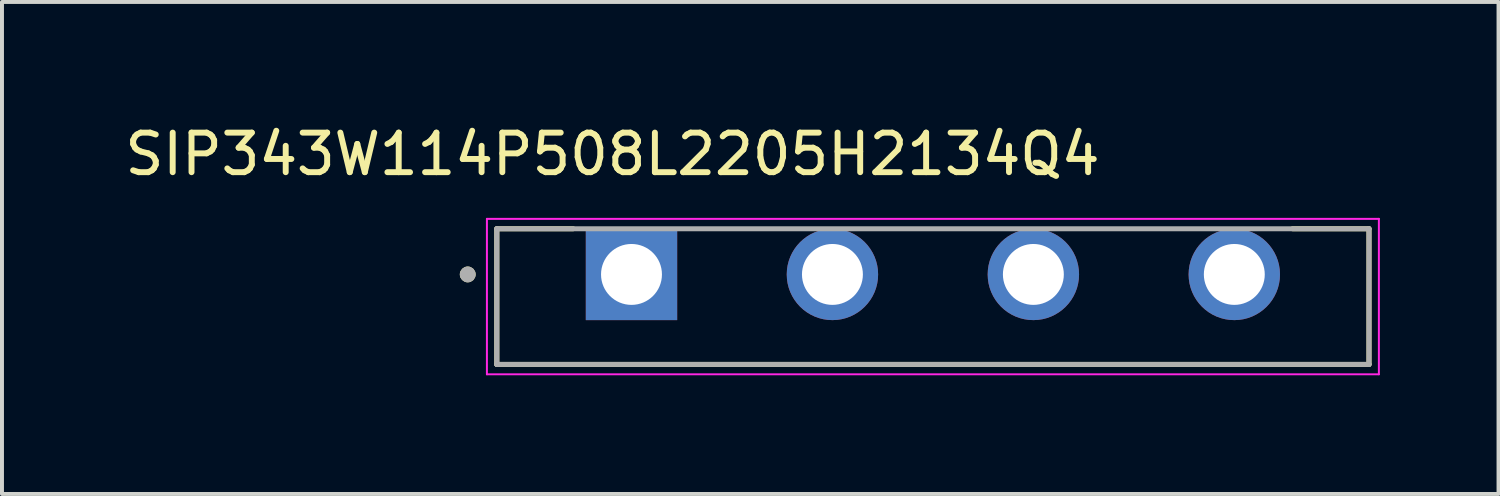
<source format=kicad_pcb>
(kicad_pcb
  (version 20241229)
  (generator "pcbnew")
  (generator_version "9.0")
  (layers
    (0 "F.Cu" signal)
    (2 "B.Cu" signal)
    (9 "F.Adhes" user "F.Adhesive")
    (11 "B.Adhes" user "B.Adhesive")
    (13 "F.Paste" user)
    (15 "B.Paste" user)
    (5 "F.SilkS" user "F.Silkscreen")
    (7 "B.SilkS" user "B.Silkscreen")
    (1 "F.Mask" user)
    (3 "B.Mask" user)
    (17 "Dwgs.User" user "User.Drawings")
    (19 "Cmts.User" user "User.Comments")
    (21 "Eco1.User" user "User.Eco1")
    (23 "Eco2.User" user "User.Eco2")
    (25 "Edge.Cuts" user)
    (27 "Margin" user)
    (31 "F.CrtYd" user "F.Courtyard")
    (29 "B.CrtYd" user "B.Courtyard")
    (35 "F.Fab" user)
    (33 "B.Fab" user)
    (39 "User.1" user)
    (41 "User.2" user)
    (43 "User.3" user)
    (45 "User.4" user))
  (footprint "SIP343W114P508L2205H2134Q4"
    (layer "F.Cu")
    (at 20.535 4.448)
    (property "Reference" "SIP343W114P508L2205H2134Q4" (at -8.1 -3.6 0) (layer "F.SilkS") (effects (font (size 1 1) (thickness 0.15))))
    (attr through_hole)
    (fp_line (start -11.025 -1.715) (end -11.025 1.715) (stroke (width 0.127) (type solid)) (layer "F.SilkS"))
    (fp_line (start -11.025 1.715) (end 11.025 1.715) (stroke (width 0.127) (type solid)) (layer "F.SilkS"))
    (fp_line (start -9.095 -1.715) (end -11.025 -1.715) (stroke (width 0.127) (type solid)) (layer "F.SilkS"))
    (fp_line (start 11.025 -1.715) (end 9.095 -1.715) (stroke (width 0.127) (type solid)) (layer "F.SilkS"))
    (fp_line (start 11.025 1.715) (end 11.025 -1.715) (stroke (width 0.127) (type solid)) (layer "F.SilkS"))
    (fp_circle (center -11.76 -0.56) (end -11.66 -0.56) (stroke (width 0.2) (type solid)) (fill no) (layer "F.SilkS"))
    (fp_line (start -11.275 -1.965) (end -11.275 1.965) (stroke (width 0.05) (type solid)) (layer "F.CrtYd"))
    (fp_line (start -11.275 1.965) (end 11.275 1.965) (stroke (width 0.05) (type solid)) (layer "F.CrtYd"))
    (fp_line (start 11.275 -1.965) (end -11.275 -1.965) (stroke (width 0.05) (type solid)) (layer "F.CrtYd"))
    (fp_line (start 11.275 1.965) (end 11.275 -1.965) (stroke (width 0.05) (type solid)) (layer "F.CrtYd"))
    (fp_line (start -11.025 -1.715) (end -11.025 1.715) (stroke (width 0.127) (type solid)) (layer "F.Fab"))
    (fp_line (start -11.025 1.715) (end 11.025 1.715) (stroke (width 0.127) (type solid)) (layer "F.Fab"))
    (fp_line (start 11.025 -1.715) (end -11.025 -1.715) (stroke (width 0.127) (type solid)) (layer "F.Fab"))
    (fp_line (start 11.025 1.715) (end 11.025 -1.715) (stroke (width 0.127) (type solid)) (layer "F.Fab"))
    (fp_circle (center -11.76 -0.56) (end -11.66 -0.56) (stroke (width 0.2) (type solid)) (fill no) (layer "F.Fab"))
    (pad "+" thru_hole rect (at -7.62 -0.56) (size 2.31 2.31) (drill 1.54) (layers "*.Cu" "*.Mask"))
    (pad "-" thru_hole circle (at 7.62 -0.56) (size 2.31 2.31) (drill 1.54) (layers "*.Cu" "*.Mask"))
    (pad "AC1" thru_hole circle (at -2.54 -0.56) (size 2.31 2.31) (drill 1.54) (layers "*.Cu" "*.Mask"))
    (pad "AC2" thru_hole circle (at 2.54 -0.56) (size 2.31 2.31) (drill 1.54) (layers "*.Cu" "*.Mask")))
  (gr_rect
    (start -3 -3)
    (end 34.835 9.438)
    (stroke (width 0.1) (type default))
    (fill no)
    (layer "Edge.Cuts")))
</source>
